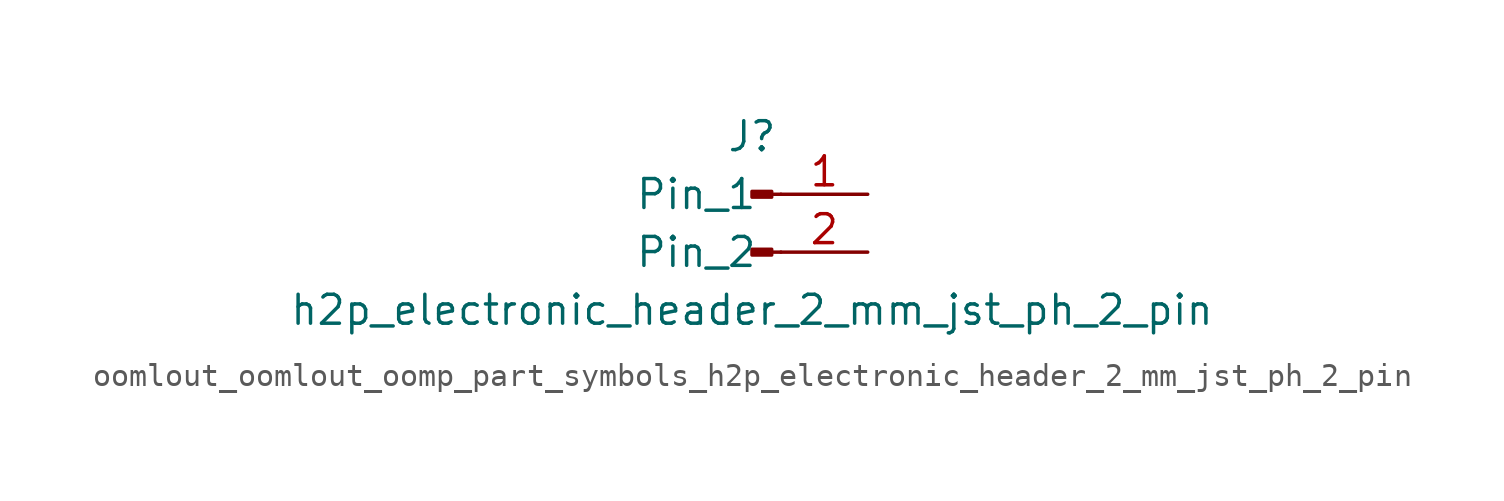
<source format=kicad_sym>
(kicad_symbol_lib
  (version 20220914)
  (generator kicad_symbol_editor)
  (symbol "oomlout_oomlout_oomp_part_symbols_h2p_electronic_header_2_mm_jst_ph_2_pin"
    (pin_names
      (offset 1.016))
    (property "Reference" "J"
      (at 0 2.54 0)
      (effects (font (size 1.27 1.27))))
    (property "Value" "h2p_electronic_header_2_mm_jst_ph_2_pin"
      (at 0 -5.08 0)
      (effects (font (size 1.27 1.27))))
    (property "ki_locked" ""
      (at 0 0 0)
      (effects (font (size 1.27 1.27))))
    (symbol "oomlout_oomlout_oomp_part_symbols_h2p_electronic_header_2_mm_jst_ph_2_pin_1_1"
      (polyline (pts (xy 1.27 -2.54) (xy 0.864 -2.54)) (stroke (width 0.152) (type default)) (fill (type none)))
      (polyline (pts (xy 1.27 0) (xy 0.864 0)) (stroke (width 0.152) (type default)) (fill (type none)))
      (rectangle (start 0.864 -2.413) (end 0 -2.667) (stroke (width 0.152) (type default)) (fill (type outline)))
      (rectangle (start 0.864 0.127) (end 0 -0.127) (stroke (width 0.152) (type default)) (fill (type outline)))
      (pin passive line (at 5.08 0 180) (length 3.81) (name "Pin_1" (effects (font (size 1.27 1.27)))) (number "1" (effects (font (size 1.27 1.27)))))
      (pin passive line (at 5.08 -2.54 180) (length 3.81) (name "Pin_2" (effects (font (size 1.27 1.27)))) (number "2" (effects (font (size 1.27 1.27))))))))
</source>
